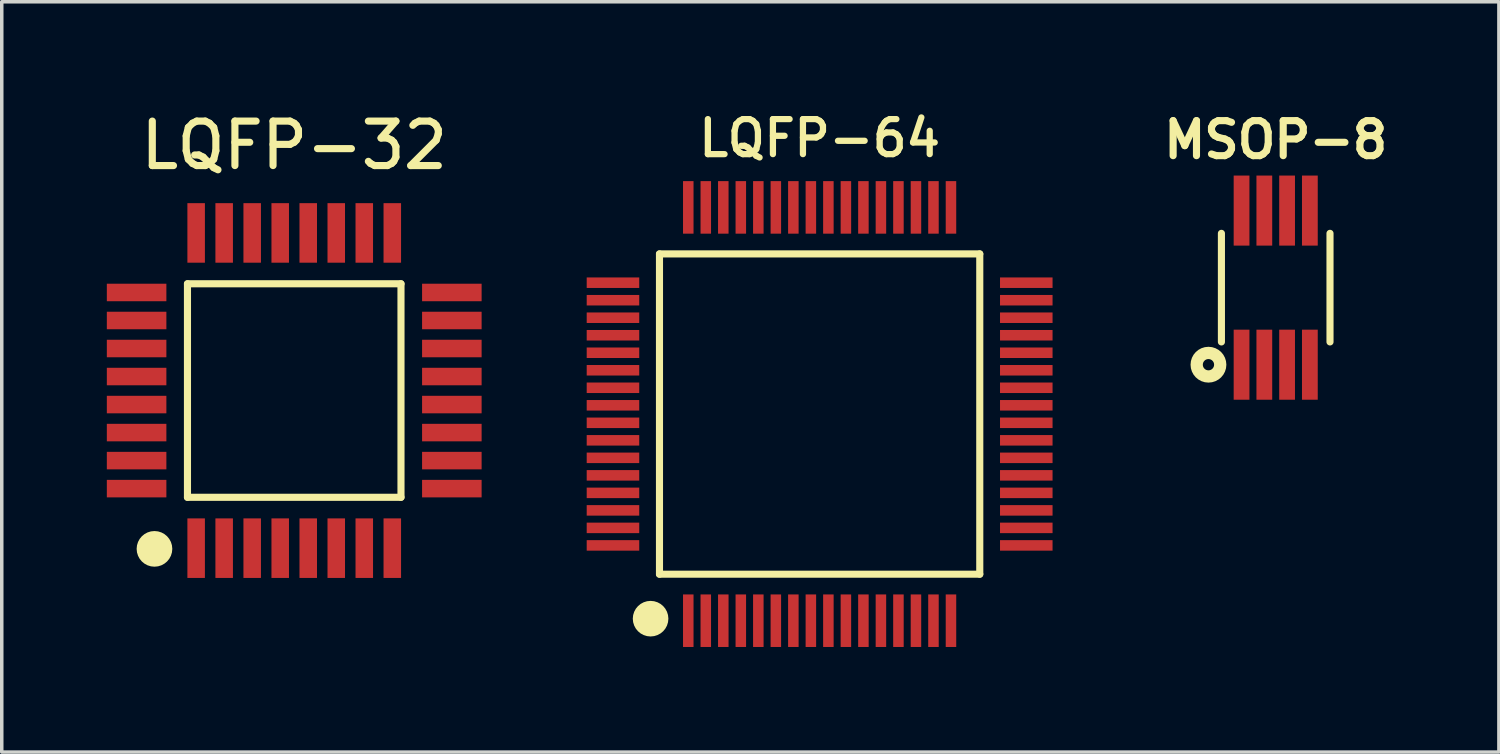
<source format=kicad_pcb>
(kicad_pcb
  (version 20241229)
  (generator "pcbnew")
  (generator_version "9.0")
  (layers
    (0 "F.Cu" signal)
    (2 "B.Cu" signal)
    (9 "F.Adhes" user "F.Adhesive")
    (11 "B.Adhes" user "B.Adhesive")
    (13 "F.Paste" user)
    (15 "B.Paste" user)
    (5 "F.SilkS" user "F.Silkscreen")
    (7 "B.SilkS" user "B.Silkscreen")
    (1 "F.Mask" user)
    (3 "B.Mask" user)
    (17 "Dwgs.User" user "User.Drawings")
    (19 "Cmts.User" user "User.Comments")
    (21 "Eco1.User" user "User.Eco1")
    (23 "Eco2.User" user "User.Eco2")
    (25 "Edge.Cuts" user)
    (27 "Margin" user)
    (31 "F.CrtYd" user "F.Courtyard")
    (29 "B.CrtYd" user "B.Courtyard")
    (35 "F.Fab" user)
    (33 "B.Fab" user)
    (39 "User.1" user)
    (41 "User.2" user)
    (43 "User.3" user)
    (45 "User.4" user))
  (footprint "LQFP-32"
    (layer "F.Cu")
    (at 5.35 8.1)
    (property "Reference" "LQFP-32" (at 0 -7 0) (layer "F.SilkS") (effects (font (size 1.27 1.27) (thickness 0.203))))
    (attr through_hole)
    (fp_line (start -3.048 -3.048) (end -3.048 3.048) (stroke (width 0.203) (type solid)) (layer "F.SilkS"))
    (fp_line (start -3.048 3.048) (end 3.048 3.048) (stroke (width 0.203) (type solid)) (layer "F.SilkS"))
    (fp_line (start 3.048 -3.048) (end -3.048 -3.048) (stroke (width 0.203) (type solid)) (layer "F.SilkS"))
    (fp_line (start 3.048 3.048) (end 3.048 -3.048) (stroke (width 0.203) (type solid)) (layer "F.SilkS"))
    (fp_circle (center -3.99 4.52) (end -4.16 4.33) (stroke (width 0.508) (type solid)) (fill no) (layer "F.SilkS"))
    (pad "1" smd rect (at -2.8 4.5) (size 0.5 1.7) (layers "F.Cu" "F.Mask" "F.Paste"))
    (pad "2" smd rect (at -2 4.5) (size 0.5 1.7) (layers "F.Cu" "F.Mask" "F.Paste"))
    (pad "3" smd rect (at -1.2 4.5) (size 0.5 1.7) (layers "F.Cu" "F.Mask" "F.Paste"))
    (pad "4" smd rect (at -0.4 4.5) (size 0.5 1.7) (layers "F.Cu" "F.Mask" "F.Paste"))
    (pad "5" smd rect (at 0.4 4.5) (size 0.5 1.7) (layers "F.Cu" "F.Mask" "F.Paste"))
    (pad "6" smd rect (at 1.2 4.5) (size 0.5 1.7) (layers "F.Cu" "F.Mask" "F.Paste"))
    (pad "7" smd rect (at 2 4.5) (size 0.5 1.7) (layers "F.Cu" "F.Mask" "F.Paste"))
    (pad "8" smd rect (at 2.8 4.5) (size 0.5 1.7) (layers "F.Cu" "F.Mask" "F.Paste"))
    (pad "9" smd rect (at 4.5 2.8 90) (size 0.5 1.7) (layers "F.Cu" "F.Mask" "F.Paste"))
    (pad "10" smd rect (at 4.5 2 90) (size 0.5 1.7) (layers "F.Cu" "F.Mask" "F.Paste"))
    (pad "11" smd rect (at 4.5 1.2 90) (size 0.5 1.7) (layers "F.Cu" "F.Mask" "F.Paste"))
    (pad "12" smd rect (at 4.5 0.4 90) (size 0.5 1.7) (layers "F.Cu" "F.Mask" "F.Paste"))
    (pad "13" smd rect (at 4.5 -0.4 90) (size 0.5 1.7) (layers "F.Cu" "F.Mask" "F.Paste"))
    (pad "14" smd rect (at 4.5 -1.2 90) (size 0.5 1.7) (layers "F.Cu" "F.Mask" "F.Paste"))
    (pad "15" smd rect (at 4.5 -2 90) (size 0.5 1.7) (layers "F.Cu" "F.Mask" "F.Paste"))
    (pad "16" smd rect (at 4.5 -2.8 90) (size 0.5 1.7) (layers "F.Cu" "F.Mask" "F.Paste"))
    (pad "17" smd rect (at 2.8 -4.5) (size 0.5 1.7) (layers "F.Cu" "F.Mask" "F.Paste"))
    (pad "18" smd rect (at 2 -4.5) (size 0.5 1.7) (layers "F.Cu" "F.Mask" "F.Paste"))
    (pad "19" smd rect (at 1.2 -4.5) (size 0.5 1.7) (layers "F.Cu" "F.Mask" "F.Paste"))
    (pad "20" smd rect (at 0.4 -4.5) (size 0.5 1.7) (layers "F.Cu" "F.Mask" "F.Paste"))
    (pad "21" smd rect (at -0.4 -4.5) (size 0.5 1.7) (layers "F.Cu" "F.Mask" "F.Paste"))
    (pad "22" smd rect (at -1.2 -4.5) (size 0.5 1.7) (layers "F.Cu" "F.Mask" "F.Paste"))
    (pad "23" smd rect (at -2 -4.5) (size 0.5 1.7) (layers "F.Cu" "F.Mask" "F.Paste"))
    (pad "24" smd rect (at -2.8 -4.5) (size 0.5 1.7) (layers "F.Cu" "F.Mask" "F.Paste"))
    (pad "25" smd rect (at -4.5 -2.8 90) (size 0.5 1.7) (layers "F.Cu" "F.Mask" "F.Paste"))
    (pad "26" smd rect (at -4.5 -2 90) (size 0.5 1.7) (layers "F.Cu" "F.Mask" "F.Paste"))
    (pad "27" smd rect (at -4.5 -1.2 90) (size 0.5 1.7) (layers "F.Cu" "F.Mask" "F.Paste"))
    (pad "28" smd rect (at -4.5 -0.4 90) (size 0.5 1.7) (layers "F.Cu" "F.Mask" "F.Paste"))
    (pad "29" smd rect (at -4.5 0.4 90) (size 0.5 1.7) (layers "F.Cu" "F.Mask" "F.Paste"))
    (pad "30" smd rect (at -4.5 1.2 90) (size 0.5 1.7) (layers "F.Cu" "F.Mask" "F.Paste"))
    (pad "31" smd rect (at -4.5 2 90) (size 0.5 1.7) (layers "F.Cu" "F.Mask" "F.Paste"))
    (pad "32" smd rect (at -4.5 2.8 90) (size 0.5 1.7) (layers "F.Cu" "F.Mask" "F.Paste")))
  (footprint "MSOP-8"
    (layer "F.Cu")
    (at 33.371 5.162)
    (property "Reference" "MSOP-8" (at 0 -4.22 0) (layer "F.SilkS") (effects (font (size 1 1) (thickness 0.203))))
    (attr through_hole)
    (fp_line (start -1.55 1.55) (end -1.55 -1.55) (stroke (width 0.203) (type solid)) (layer "F.SilkS"))
    (fp_line (start 1.55 1.55) (end 1.55 -1.55) (stroke (width 0.203) (type solid)) (layer "F.SilkS"))
    (fp_circle (center -1.92 2.2) (end -1.78 2.28) (stroke (width 0.35) (type solid)) (fill no) (layer "F.SilkS"))
    (pad "1" smd rect (at -0.975 2.2) (size 0.45 2) (layers "F.Cu" "F.Mask" "F.Paste"))
    (pad "2" smd rect (at -0.325 2.2) (size 0.45 2) (layers "F.Cu" "F.Mask" "F.Paste"))
    (pad "3" smd rect (at 0.325 2.2) (size 0.45 2) (layers "F.Cu" "F.Mask" "F.Paste"))
    (pad "4" smd rect (at 0.975 2.2) (size 0.45 2) (layers "F.Cu" "F.Mask" "F.Paste"))
    (pad "5" smd rect (at 0.975 -2.2) (size 0.45 2) (layers "F.Cu" "F.Mask" "F.Paste"))
    (pad "6" smd rect (at 0.325 -2.2) (size 0.45 2) (layers "F.Cu" "F.Mask" "F.Paste"))
    (pad "7" smd rect (at -0.325 -2.2) (size 0.45 2) (layers "F.Cu" "F.Mask" "F.Paste"))
    (pad "8" smd rect (at -0.975 -2.2) (size 0.45 2) (layers "F.Cu" "F.Mask" "F.Paste")))
  (footprint "LQFP-64"
    (layer "F.Cu")
    (at 20.35 8.771)
    (property "Reference" "LQFP-64" (at 0 -7.874 0) (layer "F.SilkS") (effects (font (size 1 1) (thickness 0.178))))
    (attr through_hole)
    (fp_line (start -4.572 -4.572) (end -4.572 4.572) (stroke (width 0.203) (type solid)) (layer "F.SilkS"))
    (fp_line (start -4.572 4.572) (end 4.572 4.572) (stroke (width 0.203) (type solid)) (layer "F.SilkS"))
    (fp_line (start 4.572 -4.572) (end -4.572 -4.572) (stroke (width 0.203) (type solid)) (layer "F.SilkS"))
    (fp_line (start 4.572 4.572) (end 4.572 -4.572) (stroke (width 0.203) (type solid)) (layer "F.SilkS"))
    (fp_circle (center -4.826 5.842) (end -4.572 5.842) (stroke (width 0.508) (type solid)) (fill no) (layer "F.SilkS"))
    (pad "1" smd rect (at -3.75 5.9) (size 0.3 1.5) (layers "F.Cu" "F.Mask" "F.Paste"))
    (pad "2" smd rect (at -3.25 5.9) (size 0.3 1.5) (layers "F.Cu" "F.Mask" "F.Paste"))
    (pad "3" smd rect (at -2.75 5.9) (size 0.3 1.5) (layers "F.Cu" "F.Mask" "F.Paste"))
    (pad "4" smd rect (at -2.25 5.9) (size 0.3 1.5) (layers "F.Cu" "F.Mask" "F.Paste"))
    (pad "5" smd rect (at -1.75 5.9) (size 0.3 1.5) (layers "F.Cu" "F.Mask" "F.Paste"))
    (pad "6" smd rect (at -1.25 5.9) (size 0.3 1.5) (layers "F.Cu" "F.Mask" "F.Paste"))
    (pad "7" smd rect (at -0.75 5.9) (size 0.3 1.5) (layers "F.Cu" "F.Mask" "F.Paste"))
    (pad "8" smd rect (at -0.25 5.9) (size 0.3 1.5) (layers "F.Cu" "F.Mask" "F.Paste"))
    (pad "9" smd rect (at 0.25 5.9) (size 0.3 1.5) (layers "F.Cu" "F.Mask" "F.Paste"))
    (pad "10" smd rect (at 0.75 5.9) (size 0.3 1.5) (layers "F.Cu" "F.Mask" "F.Paste"))
    (pad "11" smd rect (at 1.25 5.9) (size 0.3 1.5) (layers "F.Cu" "F.Mask" "F.Paste"))
    (pad "12" smd rect (at 1.75 5.9) (size 0.3 1.5) (layers "F.Cu" "F.Mask" "F.Paste"))
    (pad "13" smd rect (at 2.25 5.9) (size 0.3 1.5) (layers "F.Cu" "F.Mask" "F.Paste"))
    (pad "14" smd rect (at 2.75 5.9) (size 0.3 1.5) (layers "F.Cu" "F.Mask" "F.Paste"))
    (pad "15" smd rect (at 3.25 5.9) (size 0.3 1.5) (layers "F.Cu" "F.Mask" "F.Paste"))
    (pad "16" smd rect (at 3.75 5.9) (size 0.3 1.5) (layers "F.Cu" "F.Mask" "F.Paste"))
    (pad "17" smd rect (at 5.9 3.75) (size 1.5 0.3) (layers "F.Cu" "F.Mask" "F.Paste"))
    (pad "18" smd rect (at 5.9 3.25) (size 1.5 0.3) (layers "F.Cu" "F.Mask" "F.Paste"))
    (pad "19" smd rect (at 5.9 2.75) (size 1.5 0.3) (layers "F.Cu" "F.Mask" "F.Paste"))
    (pad "20" smd rect (at 5.9 2.25) (size 1.5 0.3) (layers "F.Cu" "F.Mask" "F.Paste"))
    (pad "21" smd rect (at 5.9 1.75) (size 1.5 0.3) (layers "F.Cu" "F.Mask" "F.Paste"))
    (pad "22" smd rect (at 5.9 1.25) (size 1.5 0.3) (layers "F.Cu" "F.Mask" "F.Paste"))
    (pad "23" smd rect (at 5.9 0.75) (size 1.5 0.3) (layers "F.Cu" "F.Mask" "F.Paste"))
    (pad "24" smd rect (at 5.9 0.25) (size 1.5 0.3) (layers "F.Cu" "F.Mask" "F.Paste"))
    (pad "25" smd rect (at 5.9 -0.25) (size 1.5 0.3) (layers "F.Cu" "F.Mask" "F.Paste"))
    (pad "26" smd rect (at 5.9 -0.75) (size 1.5 0.3) (layers "F.Cu" "F.Mask" "F.Paste"))
    (pad "27" smd rect (at 5.9 -1.25) (size 1.5 0.3) (layers "F.Cu" "F.Mask" "F.Paste"))
    (pad "28" smd rect (at 5.9 -1.75) (size 1.5 0.3) (layers "F.Cu" "F.Mask" "F.Paste"))
    (pad "29" smd rect (at 5.9 -2.25) (size 1.5 0.3) (layers "F.Cu" "F.Mask" "F.Paste"))
    (pad "30" smd rect (at 5.9 -2.75) (size 1.5 0.3) (layers "F.Cu" "F.Mask" "F.Paste"))
    (pad "31" smd rect (at 5.9 -3.25) (size 1.5 0.3) (layers "F.Cu" "F.Mask" "F.Paste"))
    (pad "32" smd rect (at 5.9 -3.75) (size 1.5 0.3) (layers "F.Cu" "F.Mask" "F.Paste"))
    (pad "33" smd rect (at 3.75 -5.9) (size 0.3 1.5) (layers "F.Cu" "F.Mask" "F.Paste"))
    (pad "34" smd rect (at 3.25 -5.9) (size 0.3 1.5) (layers "F.Cu" "F.Mask" "F.Paste"))
    (pad "35" smd rect (at 2.75 -5.9) (size 0.3 1.5) (layers "F.Cu" "F.Mask" "F.Paste"))
    (pad "36" smd rect (at 2.25 -5.9) (size 0.3 1.5) (layers "F.Cu" "F.Mask" "F.Paste"))
    (pad "37" smd rect (at 1.75 -5.9) (size 0.3 1.5) (layers "F.Cu" "F.Mask" "F.Paste"))
    (pad "38" smd rect (at 1.25 -5.9) (size 0.3 1.5) (layers "F.Cu" "F.Mask" "F.Paste"))
    (pad "39" smd rect (at 0.75 -5.9) (size 0.3 1.5) (layers "F.Cu" "F.Mask" "F.Paste"))
    (pad "40" smd rect (at 0.25 -5.9) (size 0.3 1.5) (layers "F.Cu" "F.Mask" "F.Paste"))
    (pad "41" smd rect (at -0.25 -5.9) (size 0.3 1.5) (layers "F.Cu" "F.Mask" "F.Paste"))
    (pad "42" smd rect (at -0.75 -5.9) (size 0.3 1.5) (layers "F.Cu" "F.Mask" "F.Paste"))
    (pad "43" smd rect (at -1.25 -5.9) (size 0.3 1.5) (layers "F.Cu" "F.Mask" "F.Paste"))
    (pad "44" smd rect (at -1.75 -5.9) (size 0.3 1.5) (layers "F.Cu" "F.Mask" "F.Paste"))
    (pad "45" smd rect (at -2.25 -5.9) (size 0.3 1.5) (layers "F.Cu" "F.Mask" "F.Paste"))
    (pad "46" smd rect (at -2.75 -5.9) (size 0.3 1.5) (layers "F.Cu" "F.Mask" "F.Paste"))
    (pad "47" smd rect (at -3.25 -5.9) (size 0.3 1.5) (layers "F.Cu" "F.Mask" "F.Paste"))
    (pad "48" smd rect (at -3.75 -5.9) (size 0.3 1.5) (layers "F.Cu" "F.Mask" "F.Paste"))
    (pad "49" smd rect (at -5.9 -3.75) (size 1.5 0.3) (layers "F.Cu" "F.Mask" "F.Paste"))
    (pad "50" smd rect (at -5.9 -3.25) (size 1.5 0.3) (layers "F.Cu" "F.Mask" "F.Paste"))
    (pad "51" smd rect (at -5.9 -2.75) (size 1.5 0.3) (layers "F.Cu" "F.Mask" "F.Paste"))
    (pad "52" smd rect (at -5.9 -2.25) (size 1.5 0.3) (layers "F.Cu" "F.Mask" "F.Paste"))
    (pad "53" smd rect (at -5.9 -1.75) (size 1.5 0.3) (layers "F.Cu" "F.Mask" "F.Paste"))
    (pad "54" smd rect (at -5.9 -1.25) (size 1.5 0.3) (layers "F.Cu" "F.Mask" "F.Paste"))
    (pad "55" smd rect (at -5.9 -0.75) (size 1.5 0.3) (layers "F.Cu" "F.Mask" "F.Paste"))
    (pad "56" smd rect (at -5.9 -0.25) (size 1.5 0.3) (layers "F.Cu" "F.Mask" "F.Paste"))
    (pad "57" smd rect (at -5.9 0.25) (size 1.5 0.3) (layers "F.Cu" "F.Mask" "F.Paste"))
    (pad "58" smd rect (at -5.9 0.75) (size 1.5 0.3) (layers "F.Cu" "F.Mask" "F.Paste"))
    (pad "59" smd rect (at -5.9 1.25) (size 1.5 0.3) (layers "F.Cu" "F.Mask" "F.Paste"))
    (pad "60" smd rect (at -5.9 1.75) (size 1.5 0.3) (layers "F.Cu" "F.Mask" "F.Paste"))
    (pad "61" smd rect (at -5.9 2.25) (size 1.5 0.3) (layers "F.Cu" "F.Mask" "F.Paste"))
    (pad "62" smd rect (at -5.9 2.75) (size 1.5 0.3) (layers "F.Cu" "F.Mask" "F.Paste"))
    (pad "63" smd rect (at -5.9 3.25) (size 1.5 0.3) (layers "F.Cu" "F.Mask" "F.Paste"))
    (pad "64" smd rect (at -5.9 3.75) (size 1.5 0.3) (layers "F.Cu" "F.Mask" "F.Paste")))
  (gr_rect
    (start -3 -3)
    (end 39.743 18.421)
    (stroke (width 0.1) (type default))
    (fill no)
    (layer "Edge.Cuts")))
</source>
